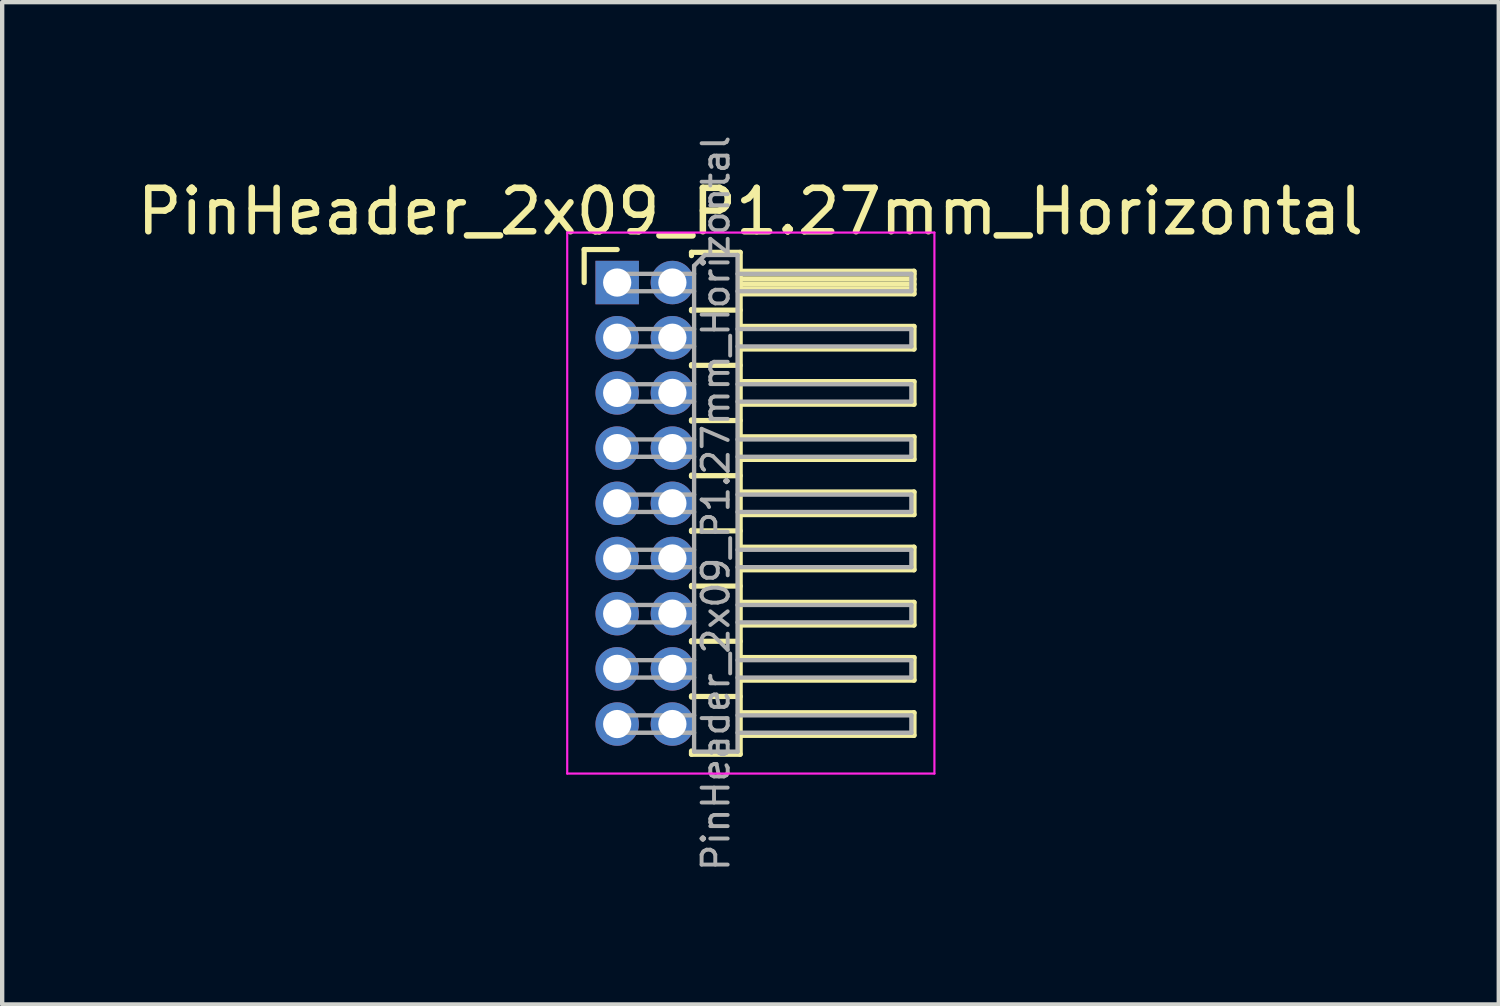
<source format=kicad_pcb>
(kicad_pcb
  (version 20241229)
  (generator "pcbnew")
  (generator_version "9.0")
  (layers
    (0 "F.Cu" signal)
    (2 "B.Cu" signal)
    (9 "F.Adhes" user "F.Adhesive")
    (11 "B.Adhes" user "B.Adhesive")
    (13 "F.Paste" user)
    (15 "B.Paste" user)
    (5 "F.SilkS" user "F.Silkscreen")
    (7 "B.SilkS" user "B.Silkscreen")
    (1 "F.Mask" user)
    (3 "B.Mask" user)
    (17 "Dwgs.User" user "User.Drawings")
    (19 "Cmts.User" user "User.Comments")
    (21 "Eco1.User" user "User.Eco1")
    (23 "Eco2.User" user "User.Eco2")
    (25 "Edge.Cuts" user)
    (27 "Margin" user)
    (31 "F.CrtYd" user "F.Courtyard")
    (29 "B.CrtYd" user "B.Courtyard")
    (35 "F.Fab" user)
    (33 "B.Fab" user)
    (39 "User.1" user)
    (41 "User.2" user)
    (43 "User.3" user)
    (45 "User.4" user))
  (footprint "PinHeader_2x09_P1.27mm_Horizontal"
    (layer "F.Cu")
    (at 11.153 3.452)
    (property "Reference" "PinHeader_2x09_P1.27mm_Horizontal" (at 3.067 -1.635 0) (layer "F.SilkS") (effects (font (size 1 1) (thickness 0.15))))
    (attr through_hole)
    (fp_line (start -0.76 -0.76) (end 0 -0.76) (stroke (width 0.12) (type solid)) (layer "F.SilkS"))
    (fp_line (start -0.76 0) (end -0.76 -0.76) (stroke (width 0.12) (type solid)) (layer "F.SilkS"))
    (fp_line (start 1.71 -0.695) (end 2.83 -0.695) (stroke (width 0.12) (type solid)) (layer "F.SilkS"))
    (fp_line (start 1.71 -0.62) (end 1.71 -0.695) (stroke (width 0.12) (type solid)) (layer "F.SilkS"))
    (fp_line (start 1.71 0.62) (end 1.71 0.65) (stroke (width 0.12) (type solid)) (layer "F.SilkS"))
    (fp_line (start 1.71 0.635) (end 2.83 0.635) (stroke (width 0.12) (type solid)) (layer "F.SilkS"))
    (fp_line (start 1.71 1.89) (end 1.71 1.92) (stroke (width 0.12) (type solid)) (layer "F.SilkS"))
    (fp_line (start 1.71 1.905) (end 2.83 1.905) (stroke (width 0.12) (type solid)) (layer "F.SilkS"))
    (fp_line (start 1.71 3.16) (end 1.71 3.19) (stroke (width 0.12) (type solid)) (layer "F.SilkS"))
    (fp_line (start 1.71 3.175) (end 2.83 3.175) (stroke (width 0.12) (type solid)) (layer "F.SilkS"))
    (fp_line (start 1.71 4.43) (end 1.71 4.46) (stroke (width 0.12) (type solid)) (layer "F.SilkS"))
    (fp_line (start 1.71 4.445) (end 2.83 4.445) (stroke (width 0.12) (type solid)) (layer "F.SilkS"))
    (fp_line (start 1.71 5.7) (end 1.71 5.73) (stroke (width 0.12) (type solid)) (layer "F.SilkS"))
    (fp_line (start 1.71 5.715) (end 2.83 5.715) (stroke (width 0.12) (type solid)) (layer "F.SilkS"))
    (fp_line (start 1.71 6.97) (end 1.71 7) (stroke (width 0.12) (type solid)) (layer "F.SilkS"))
    (fp_line (start 1.71 6.985) (end 2.83 6.985) (stroke (width 0.12) (type solid)) (layer "F.SilkS"))
    (fp_line (start 1.71 8.24) (end 1.71 8.27) (stroke (width 0.12) (type solid)) (layer "F.SilkS"))
    (fp_line (start 1.71 8.255) (end 2.83 8.255) (stroke (width 0.12) (type solid)) (layer "F.SilkS"))
    (fp_line (start 1.71 9.51) (end 1.71 9.54) (stroke (width 0.12) (type solid)) (layer "F.SilkS"))
    (fp_line (start 1.71 9.525) (end 2.83 9.525) (stroke (width 0.12) (type solid)) (layer "F.SilkS"))
    (fp_line (start 1.71 10.855) (end 1.71 10.78) (stroke (width 0.12) (type solid)) (layer "F.SilkS"))
    (fp_line (start 2.83 -0.695) (end 2.83 10.855) (stroke (width 0.12) (type solid)) (layer "F.SilkS"))
    (fp_line (start 2.83 -0.26) (end 6.83 -0.26) (stroke (width 0.12) (type solid)) (layer "F.SilkS"))
    (fp_line (start 2.83 -0.2) (end 6.83 -0.2) (stroke (width 0.12) (type solid)) (layer "F.SilkS"))
    (fp_line (start 2.83 -0.08) (end 6.83 -0.08) (stroke (width 0.12) (type solid)) (layer "F.SilkS"))
    (fp_line (start 2.83 0.04) (end 6.83 0.04) (stroke (width 0.12) (type solid)) (layer "F.SilkS"))
    (fp_line (start 2.83 0.16) (end 6.83 0.16) (stroke (width 0.12) (type solid)) (layer "F.SilkS"))
    (fp_line (start 2.83 1.01) (end 6.83 1.01) (stroke (width 0.12) (type solid)) (layer "F.SilkS"))
    (fp_line (start 2.83 2.28) (end 6.83 2.28) (stroke (width 0.12) (type solid)) (layer "F.SilkS"))
    (fp_line (start 2.83 3.55) (end 6.83 3.55) (stroke (width 0.12) (type solid)) (layer "F.SilkS"))
    (fp_line (start 2.83 4.82) (end 6.83 4.82) (stroke (width 0.12) (type solid)) (layer "F.SilkS"))
    (fp_line (start 2.83 6.09) (end 6.83 6.09) (stroke (width 0.12) (type solid)) (layer "F.SilkS"))
    (fp_line (start 2.83 7.36) (end 6.83 7.36) (stroke (width 0.12) (type solid)) (layer "F.SilkS"))
    (fp_line (start 2.83 8.63) (end 6.83 8.63) (stroke (width 0.12) (type solid)) (layer "F.SilkS"))
    (fp_line (start 2.83 9.9) (end 6.83 9.9) (stroke (width 0.12) (type solid)) (layer "F.SilkS"))
    (fp_line (start 2.83 10.855) (end 1.71 10.855) (stroke (width 0.12) (type solid)) (layer "F.SilkS"))
    (fp_line (start 6.83 -0.26) (end 6.83 0.26) (stroke (width 0.12) (type solid)) (layer "F.SilkS"))
    (fp_line (start 6.83 0.26) (end 2.83 0.26) (stroke (width 0.12) (type solid)) (layer "F.SilkS"))
    (fp_line (start 6.83 1.01) (end 6.83 1.53) (stroke (width 0.12) (type solid)) (layer "F.SilkS"))
    (fp_line (start 6.83 1.53) (end 2.83 1.53) (stroke (width 0.12) (type solid)) (layer "F.SilkS"))
    (fp_line (start 6.83 2.28) (end 6.83 2.8) (stroke (width 0.12) (type solid)) (layer "F.SilkS"))
    (fp_line (start 6.83 2.8) (end 2.83 2.8) (stroke (width 0.12) (type solid)) (layer "F.SilkS"))
    (fp_line (start 6.83 3.55) (end 6.83 4.07) (stroke (width 0.12) (type solid)) (layer "F.SilkS"))
    (fp_line (start 6.83 4.07) (end 2.83 4.07) (stroke (width 0.12) (type solid)) (layer "F.SilkS"))
    (fp_line (start 6.83 4.82) (end 6.83 5.34) (stroke (width 0.12) (type solid)) (layer "F.SilkS"))
    (fp_line (start 6.83 5.34) (end 2.83 5.34) (stroke (width 0.12) (type solid)) (layer "F.SilkS"))
    (fp_line (start 6.83 6.09) (end 6.83 6.61) (stroke (width 0.12) (type solid)) (layer "F.SilkS"))
    (fp_line (start 6.83 6.61) (end 2.83 6.61) (stroke (width 0.12) (type solid)) (layer "F.SilkS"))
    (fp_line (start 6.83 7.36) (end 6.83 7.88) (stroke (width 0.12) (type solid)) (layer "F.SilkS"))
    (fp_line (start 6.83 7.88) (end 2.83 7.88) (stroke (width 0.12) (type solid)) (layer "F.SilkS"))
    (fp_line (start 6.83 8.63) (end 6.83 9.15) (stroke (width 0.12) (type solid)) (layer "F.SilkS"))
    (fp_line (start 6.83 9.15) (end 2.83 9.15) (stroke (width 0.12) (type solid)) (layer "F.SilkS"))
    (fp_line (start 6.83 9.9) (end 6.83 10.42) (stroke (width 0.12) (type solid)) (layer "F.SilkS"))
    (fp_line (start 6.83 10.42) (end 2.83 10.42) (stroke (width 0.12) (type solid)) (layer "F.SilkS"))
    (fp_line (start -1.15 -1.15) (end -1.15 11.3) (stroke (width 0.05) (type solid)) (layer "F.CrtYd"))
    (fp_line (start -1.15 11.3) (end 7.3 11.3) (stroke (width 0.05) (type solid)) (layer "F.CrtYd"))
    (fp_line (start 7.3 -1.15) (end -1.15 -1.15) (stroke (width 0.05) (type solid)) (layer "F.CrtYd"))
    (fp_line (start 7.3 11.3) (end 7.3 -1.15) (stroke (width 0.05) (type solid)) (layer "F.CrtYd"))
    (fp_line (start -0.2 -0.2) (end -0.2 0.2) (stroke (width 0.1) (type solid)) (layer "F.Fab"))
    (fp_line (start -0.2 -0.2) (end 1.77 -0.2) (stroke (width 0.1) (type solid)) (layer "F.Fab"))
    (fp_line (start -0.2 0.2) (end 1.77 0.2) (stroke (width 0.1) (type solid)) (layer "F.Fab"))
    (fp_line (start -0.2 1.07) (end -0.2 1.47) (stroke (width 0.1) (type solid)) (layer "F.Fab"))
    (fp_line (start -0.2 1.07) (end 1.77 1.07) (stroke (width 0.1) (type solid)) (layer "F.Fab"))
    (fp_line (start -0.2 1.47) (end 1.77 1.47) (stroke (width 0.1) (type solid)) (layer "F.Fab"))
    (fp_line (start -0.2 2.34) (end -0.2 2.74) (stroke (width 0.1) (type solid)) (layer "F.Fab"))
    (fp_line (start -0.2 2.34) (end 1.77 2.34) (stroke (width 0.1) (type solid)) (layer "F.Fab"))
    (fp_line (start -0.2 2.74) (end 1.77 2.74) (stroke (width 0.1) (type solid)) (layer "F.Fab"))
    (fp_line (start -0.2 3.61) (end -0.2 4.01) (stroke (width 0.1) (type solid)) (layer "F.Fab"))
    (fp_line (start -0.2 3.61) (end 1.77 3.61) (stroke (width 0.1) (type solid)) (layer "F.Fab"))
    (fp_line (start -0.2 4.01) (end 1.77 4.01) (stroke (width 0.1) (type solid)) (layer "F.Fab"))
    (fp_line (start -0.2 4.88) (end -0.2 5.28) (stroke (width 0.1) (type solid)) (layer "F.Fab"))
    (fp_line (start -0.2 4.88) (end 1.77 4.88) (stroke (width 0.1) (type solid)) (layer "F.Fab"))
    (fp_line (start -0.2 5.28) (end 1.77 5.28) (stroke (width 0.1) (type solid)) (layer "F.Fab"))
    (fp_line (start -0.2 6.15) (end -0.2 6.55) (stroke (width 0.1) (type solid)) (layer "F.Fab"))
    (fp_line (start -0.2 6.15) (end 1.77 6.15) (stroke (width 0.1) (type solid)) (layer "F.Fab"))
    (fp_line (start -0.2 6.55) (end 1.77 6.55) (stroke (width 0.1) (type solid)) (layer "F.Fab"))
    (fp_line (start -0.2 7.42) (end -0.2 7.82) (stroke (width 0.1) (type solid)) (layer "F.Fab"))
    (fp_line (start -0.2 7.42) (end 1.77 7.42) (stroke (width 0.1) (type solid)) (layer "F.Fab"))
    (fp_line (start -0.2 7.82) (end 1.77 7.82) (stroke (width 0.1) (type solid)) (layer "F.Fab"))
    (fp_line (start -0.2 8.69) (end -0.2 9.09) (stroke (width 0.1) (type solid)) (layer "F.Fab"))
    (fp_line (start -0.2 8.69) (end 1.77 8.69) (stroke (width 0.1) (type solid)) (layer "F.Fab"))
    (fp_line (start -0.2 9.09) (end 1.77 9.09) (stroke (width 0.1) (type solid)) (layer "F.Fab"))
    (fp_line (start -0.2 9.96) (end -0.2 10.36) (stroke (width 0.1) (type solid)) (layer "F.Fab"))
    (fp_line (start -0.2 9.96) (end 1.77 9.96) (stroke (width 0.1) (type solid)) (layer "F.Fab"))
    (fp_line (start -0.2 10.36) (end 1.77 10.36) (stroke (width 0.1) (type solid)) (layer "F.Fab"))
    (fp_line (start 1.77 -0.385) (end 2.02 -0.635) (stroke (width 0.1) (type solid)) (layer "F.Fab"))
    (fp_line (start 1.77 10.795) (end 1.77 -0.385) (stroke (width 0.1) (type solid)) (layer "F.Fab"))
    (fp_line (start 2.02 -0.635) (end 2.77 -0.635) (stroke (width 0.1) (type solid)) (layer "F.Fab"))
    (fp_line (start 2.77 -0.635) (end 2.77 10.795) (stroke (width 0.1) (type solid)) (layer "F.Fab"))
    (fp_line (start 2.77 -0.2) (end 6.77 -0.2) (stroke (width 0.1) (type solid)) (layer "F.Fab"))
    (fp_line (start 2.77 0.2) (end 6.77 0.2) (stroke (width 0.1) (type solid)) (layer "F.Fab"))
    (fp_line (start 2.77 1.07) (end 6.77 1.07) (stroke (width 0.1) (type solid)) (layer "F.Fab"))
    (fp_line (start 2.77 1.47) (end 6.77 1.47) (stroke (width 0.1) (type solid)) (layer "F.Fab"))
    (fp_line (start 2.77 2.34) (end 6.77 2.34) (stroke (width 0.1) (type solid)) (layer "F.Fab"))
    (fp_line (start 2.77 2.74) (end 6.77 2.74) (stroke (width 0.1) (type solid)) (layer "F.Fab"))
    (fp_line (start 2.77 3.61) (end 6.77 3.61) (stroke (width 0.1) (type solid)) (layer "F.Fab"))
    (fp_line (start 2.77 4.01) (end 6.77 4.01) (stroke (width 0.1) (type solid)) (layer "F.Fab"))
    (fp_line (start 2.77 4.88) (end 6.77 4.88) (stroke (width 0.1) (type solid)) (layer "F.Fab"))
    (fp_line (start 2.77 5.28) (end 6.77 5.28) (stroke (width 0.1) (type solid)) (layer "F.Fab"))
    (fp_line (start 2.77 6.15) (end 6.77 6.15) (stroke (width 0.1) (type solid)) (layer "F.Fab"))
    (fp_line (start 2.77 6.55) (end 6.77 6.55) (stroke (width 0.1) (type solid)) (layer "F.Fab"))
    (fp_line (start 2.77 7.42) (end 6.77 7.42) (stroke (width 0.1) (type solid)) (layer "F.Fab"))
    (fp_line (start 2.77 7.82) (end 6.77 7.82) (stroke (width 0.1) (type solid)) (layer "F.Fab"))
    (fp_line (start 2.77 8.69) (end 6.77 8.69) (stroke (width 0.1) (type solid)) (layer "F.Fab"))
    (fp_line (start 2.77 9.09) (end 6.77 9.09) (stroke (width 0.1) (type solid)) (layer "F.Fab"))
    (fp_line (start 2.77 9.96) (end 6.77 9.96) (stroke (width 0.1) (type solid)) (layer "F.Fab"))
    (fp_line (start 2.77 10.36) (end 6.77 10.36) (stroke (width 0.1) (type solid)) (layer "F.Fab"))
    (fp_line (start 2.77 10.795) (end 1.77 10.795) (stroke (width 0.1) (type solid)) (layer "F.Fab"))
    (fp_line (start 6.77 -0.2) (end 6.77 0.2) (stroke (width 0.1) (type solid)) (layer "F.Fab"))
    (fp_line (start 6.77 1.07) (end 6.77 1.47) (stroke (width 0.1) (type solid)) (layer "F.Fab"))
    (fp_line (start 6.77 2.34) (end 6.77 2.74) (stroke (width 0.1) (type solid)) (layer "F.Fab"))
    (fp_line (start 6.77 3.61) (end 6.77 4.01) (stroke (width 0.1) (type solid)) (layer "F.Fab"))
    (fp_line (start 6.77 4.88) (end 6.77 5.28) (stroke (width 0.1) (type solid)) (layer "F.Fab"))
    (fp_line (start 6.77 6.15) (end 6.77 6.55) (stroke (width 0.1) (type solid)) (layer "F.Fab"))
    (fp_line (start 6.77 7.42) (end 6.77 7.82) (stroke (width 0.1) (type solid)) (layer "F.Fab"))
    (fp_line (start 6.77 8.69) (end 6.77 9.09) (stroke (width 0.1) (type solid)) (layer "F.Fab"))
    (fp_line (start 6.77 9.96) (end 6.77 10.36) (stroke (width 0.1) (type solid)) (layer "F.Fab"))
    (fp_text user "${REFERENCE}" (at 2.27 5.08 90) (layer "F.Fab") (effects (font (size 0.6 0.6) (thickness 0.09))))
    (pad "1" thru_hole rect (at 0 0) (size 1 1) (drill 0.65) (layers "*.Cu" "*.Mask"))
    (pad "2" thru_hole oval (at 1.27 0) (size 1 1) (drill 0.65) (layers "*.Cu" "*.Mask"))
    (pad "3" thru_hole oval (at 0 1.27) (size 1 1) (drill 0.65) (layers "*.Cu" "*.Mask"))
    (pad "4" thru_hole oval (at 1.27 1.27) (size 1 1) (drill 0.65) (layers "*.Cu" "*.Mask"))
    (pad "5" thru_hole oval (at 0 2.54) (size 1 1) (drill 0.65) (layers "*.Cu" "*.Mask"))
    (pad "6" thru_hole oval (at 1.27 2.54) (size 1 1) (drill 0.65) (layers "*.Cu" "*.Mask"))
    (pad "7" thru_hole oval (at 0 3.81) (size 1 1) (drill 0.65) (layers "*.Cu" "*.Mask"))
    (pad "8" thru_hole oval (at 1.27 3.81) (size 1 1) (drill 0.65) (layers "*.Cu" "*.Mask"))
    (pad "9" thru_hole oval (at 0 5.08) (size 1 1) (drill 0.65) (layers "*.Cu" "*.Mask"))
    (pad "10" thru_hole oval (at 1.27 5.08) (size 1 1) (drill 0.65) (layers "*.Cu" "*.Mask"))
    (pad "11" thru_hole oval (at 0 6.35) (size 1 1) (drill 0.65) (layers "*.Cu" "*.Mask"))
    (pad "12" thru_hole oval (at 1.27 6.35) (size 1 1) (drill 0.65) (layers "*.Cu" "*.Mask"))
    (pad "13" thru_hole oval (at 0 7.62) (size 1 1) (drill 0.65) (layers "*.Cu" "*.Mask"))
    (pad "14" thru_hole oval (at 1.27 7.62) (size 1 1) (drill 0.65) (layers "*.Cu" "*.Mask"))
    (pad "15" thru_hole oval (at 0 8.89) (size 1 1) (drill 0.65) (layers "*.Cu" "*.Mask"))
    (pad "16" thru_hole oval (at 1.27 8.89) (size 1 1) (drill 0.65) (layers "*.Cu" "*.Mask"))
    (pad "17" thru_hole oval (at 0 10.16) (size 1 1) (drill 0.65) (layers "*.Cu" "*.Mask"))
    (pad "18" thru_hole oval (at 1.27 10.16) (size 1 1) (drill 0.65) (layers "*.Cu" "*.Mask")))
  (gr_rect
    (start -3 -3)
    (end 31.44 20.064)
    (stroke (width 0.1) (type default))
    (fill no)
    (layer "Edge.Cuts")))
</source>
